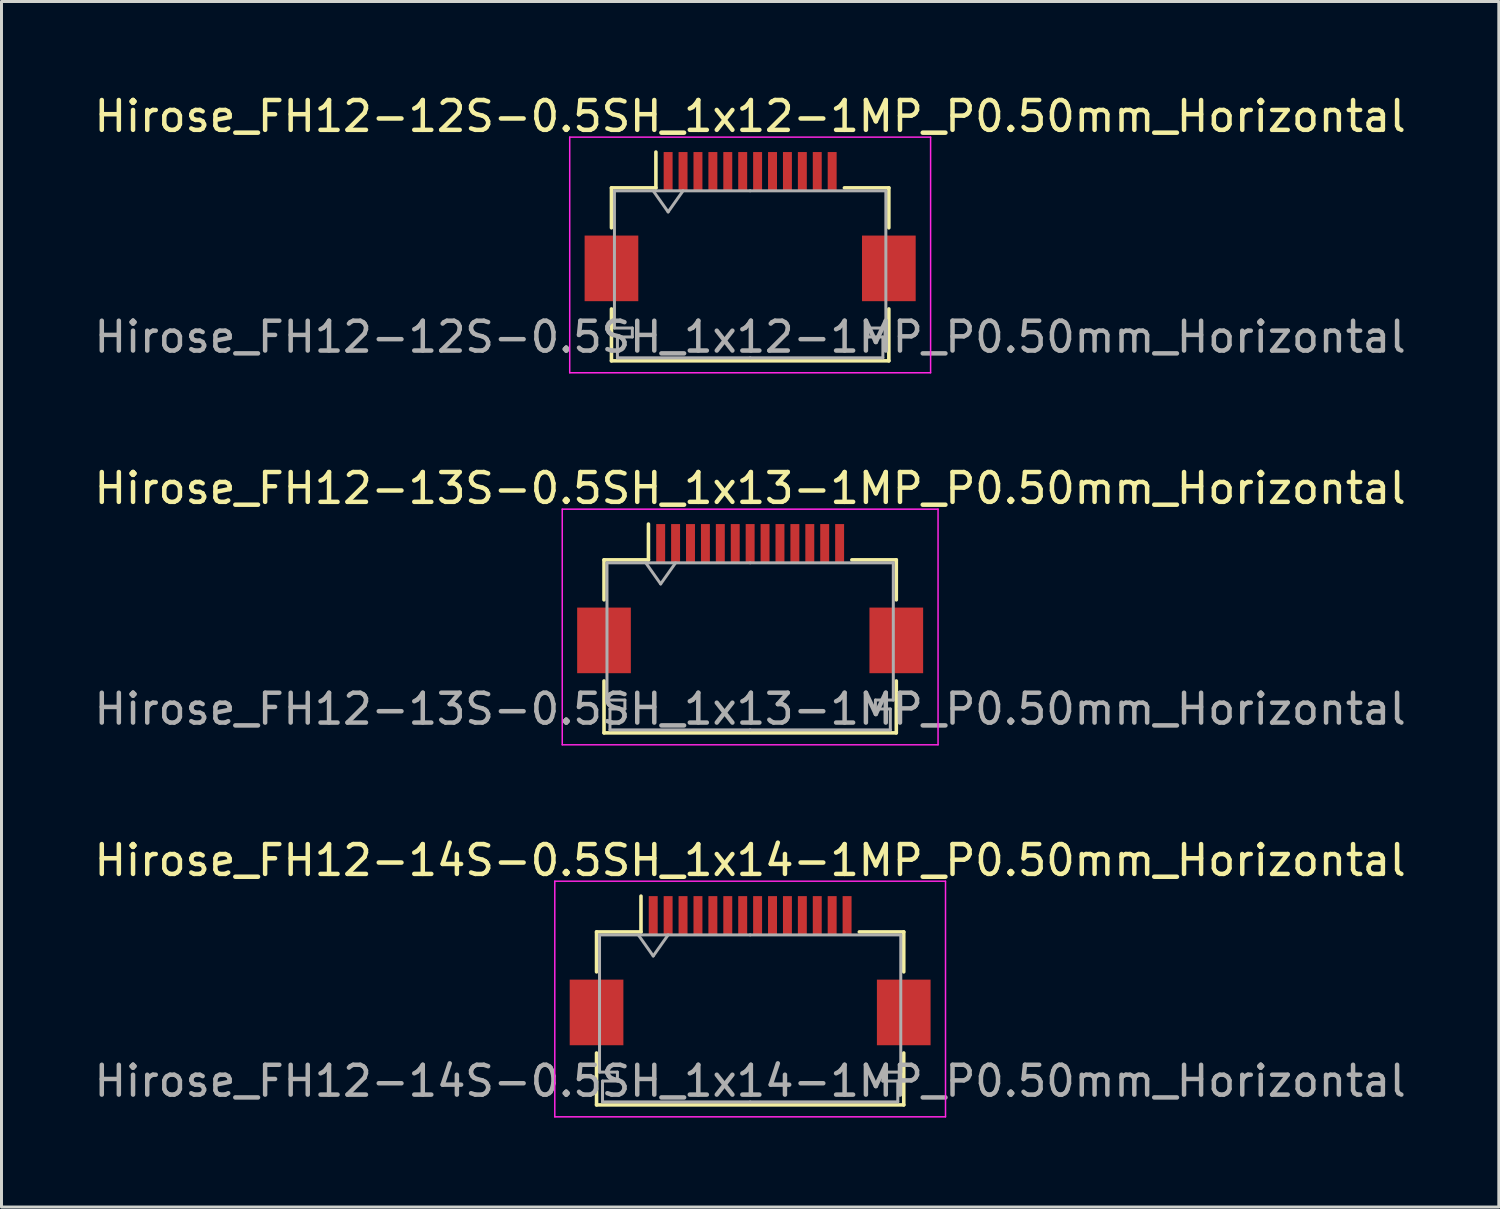
<source format=kicad_pcb>
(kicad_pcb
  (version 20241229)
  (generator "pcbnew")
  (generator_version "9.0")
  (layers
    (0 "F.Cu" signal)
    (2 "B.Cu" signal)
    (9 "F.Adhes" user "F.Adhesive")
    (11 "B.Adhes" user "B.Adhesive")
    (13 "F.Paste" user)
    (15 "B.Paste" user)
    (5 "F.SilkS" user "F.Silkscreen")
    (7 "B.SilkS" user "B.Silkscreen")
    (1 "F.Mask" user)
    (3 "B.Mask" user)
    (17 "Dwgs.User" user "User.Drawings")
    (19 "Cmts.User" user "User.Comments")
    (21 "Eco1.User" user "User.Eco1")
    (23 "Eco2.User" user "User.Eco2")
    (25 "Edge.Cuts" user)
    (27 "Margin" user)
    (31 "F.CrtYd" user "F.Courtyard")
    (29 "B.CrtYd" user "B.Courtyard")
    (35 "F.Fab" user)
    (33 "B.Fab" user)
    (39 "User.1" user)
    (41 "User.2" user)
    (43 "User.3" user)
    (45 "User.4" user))
  (footprint "Hirose_FH12-14S-0.5SH_1x14-1MP_P0.50mm_Horizontal"
    (layer "F.Cu")
    (at 22.101 29.495)
    (property "Reference" "Hirose_FH12-14S-0.5SH_1x14-1MP_P0.50mm_Horizontal" (at 0 -3.7 0) (layer "F.SilkS") (effects (font (size 1 1) (thickness 0.15))))
    (attr smd)
    (fp_line (start -5.15 -1.3) (end -5.15 0.04) (stroke (width 0.12) (type solid)) (layer "F.SilkS"))
    (fp_line (start -5.15 2.76) (end -5.15 4.5) (stroke (width 0.12) (type solid)) (layer "F.SilkS"))
    (fp_line (start -5.15 4.5) (end 5.15 4.5) (stroke (width 0.12) (type solid)) (layer "F.SilkS"))
    (fp_line (start -3.66 -1.3) (end -5.15 -1.3) (stroke (width 0.12) (type solid)) (layer "F.SilkS"))
    (fp_line (start -3.66 -1.3) (end -3.66 -2.5) (stroke (width 0.12) (type solid)) (layer "F.SilkS"))
    (fp_line (start 3.66 -1.3) (end 5.15 -1.3) (stroke (width 0.12) (type solid)) (layer "F.SilkS"))
    (fp_line (start 5.15 -1.3) (end 5.15 0.04) (stroke (width 0.12) (type solid)) (layer "F.SilkS"))
    (fp_line (start 5.15 4.5) (end 5.15 2.76) (stroke (width 0.12) (type solid)) (layer "F.SilkS"))
    (fp_line (start -6.55 -3) (end -6.55 4.9) (stroke (width 0.05) (type solid)) (layer "F.CrtYd"))
    (fp_line (start -6.55 4.9) (end 6.55 4.9) (stroke (width 0.05) (type solid)) (layer "F.CrtYd"))
    (fp_line (start 6.55 -3) (end -6.55 -3) (stroke (width 0.05) (type solid)) (layer "F.CrtYd"))
    (fp_line (start 6.55 4.9) (end 6.55 -3) (stroke (width 0.05) (type solid)) (layer "F.CrtYd"))
    (fp_line (start -5.05 -1.2) (end -5.05 3.4) (stroke (width 0.1) (type solid)) (layer "F.Fab"))
    (fp_line (start -5.05 3.4) (end -4.45 3.4) (stroke (width 0.1) (type solid)) (layer "F.Fab"))
    (fp_line (start -4.95 3.7) (end -4.95 4.4) (stroke (width 0.1) (type solid)) (layer "F.Fab"))
    (fp_line (start -4.95 4.4) (end 0 4.4) (stroke (width 0.1) (type solid)) (layer "F.Fab"))
    (fp_line (start -4.45 3.4) (end -4.45 3.7) (stroke (width 0.1) (type solid)) (layer "F.Fab"))
    (fp_line (start -4.45 3.7) (end -4.95 3.7) (stroke (width 0.1) (type solid)) (layer "F.Fab"))
    (fp_line (start -3.75 -1.2) (end -3.25 -0.493) (stroke (width 0.1) (type solid)) (layer "F.Fab"))
    (fp_line (start -3.25 -0.493) (end -2.75 -1.2) (stroke (width 0.1) (type solid)) (layer "F.Fab"))
    (fp_line (start 0 -1.2) (end -5.05 -1.2) (stroke (width 0.1) (type solid)) (layer "F.Fab"))
    (fp_line (start 0 -1.2) (end 5.05 -1.2) (stroke (width 0.1) (type solid)) (layer "F.Fab"))
    (fp_line (start 4.45 3.4) (end 4.45 3.7) (stroke (width 0.1) (type solid)) (layer "F.Fab"))
    (fp_line (start 4.45 3.7) (end 4.95 3.7) (stroke (width 0.1) (type solid)) (layer "F.Fab"))
    (fp_line (start 4.95 3.7) (end 4.95 4.4) (stroke (width 0.1) (type solid)) (layer "F.Fab"))
    (fp_line (start 4.95 4.4) (end 0 4.4) (stroke (width 0.1) (type solid)) (layer "F.Fab"))
    (fp_line (start 5.05 -1.2) (end 5.05 3.4) (stroke (width 0.1) (type solid)) (layer "F.Fab"))
    (fp_line (start 5.05 3.4) (end 4.45 3.4) (stroke (width 0.1) (type solid)) (layer "F.Fab"))
    (fp_text user "${REFERENCE}" (at 0 3.7 0) (layer "F.Fab") (effects (font (size 1 1) (thickness 0.15))))
    (pad "1" smd rect (at -3.25 -1.85) (size 0.3 1.3) (layers "F.Cu" "F.Mask" "F.Paste"))
    (pad "2" smd rect (at -2.75 -1.85) (size 0.3 1.3) (layers "F.Cu" "F.Mask" "F.Paste"))
    (pad "3" smd rect (at -2.25 -1.85) (size 0.3 1.3) (layers "F.Cu" "F.Mask" "F.Paste"))
    (pad "4" smd rect (at -1.75 -1.85) (size 0.3 1.3) (layers "F.Cu" "F.Mask" "F.Paste"))
    (pad "5" smd rect (at -1.25 -1.85) (size 0.3 1.3) (layers "F.Cu" "F.Mask" "F.Paste"))
    (pad "6" smd rect (at -0.75 -1.85) (size 0.3 1.3) (layers "F.Cu" "F.Mask" "F.Paste"))
    (pad "7" smd rect (at -0.25 -1.85) (size 0.3 1.3) (layers "F.Cu" "F.Mask" "F.Paste"))
    (pad "8" smd rect (at 0.25 -1.85) (size 0.3 1.3) (layers "F.Cu" "F.Mask" "F.Paste"))
    (pad "9" smd rect (at 0.75 -1.85) (size 0.3 1.3) (layers "F.Cu" "F.Mask" "F.Paste"))
    (pad "10" smd rect (at 1.25 -1.85) (size 0.3 1.3) (layers "F.Cu" "F.Mask" "F.Paste"))
    (pad "11" smd rect (at 1.75 -1.85) (size 0.3 1.3) (layers "F.Cu" "F.Mask" "F.Paste"))
    (pad "12" smd rect (at 2.25 -1.85) (size 0.3 1.3) (layers "F.Cu" "F.Mask" "F.Paste"))
    (pad "13" smd rect (at 2.75 -1.85) (size 0.3 1.3) (layers "F.Cu" "F.Mask" "F.Paste"))
    (pad "14" smd rect (at 3.25 -1.85) (size 0.3 1.3) (layers "F.Cu" "F.Mask" "F.Paste"))
    (pad "MP" smd rect (at -5.15 1.4) (size 1.8 2.2) (layers "F.Cu" "F.Mask" "F.Paste"))
    (pad "MP" smd rect (at 5.15 1.4) (size 1.8 2.2) (layers "F.Cu" "F.Mask" "F.Paste")))
  (footprint "Hirose_FH12-13S-0.5SH_1x13-1MP_P0.50mm_Horizontal"
    (layer "F.Cu")
    (at 22.101 17.021)
    (property "Reference" "Hirose_FH12-13S-0.5SH_1x13-1MP_P0.50mm_Horizontal" (at 0 -3.7 0) (layer "F.SilkS") (effects (font (size 1 1) (thickness 0.15))))
    (attr smd)
    (fp_line (start -4.9 -1.3) (end -4.9 0.04) (stroke (width 0.12) (type solid)) (layer "F.SilkS"))
    (fp_line (start -4.9 2.76) (end -4.9 4.5) (stroke (width 0.12) (type solid)) (layer "F.SilkS"))
    (fp_line (start -4.9 4.5) (end 4.9 4.5) (stroke (width 0.12) (type solid)) (layer "F.SilkS"))
    (fp_line (start -3.41 -1.3) (end -4.9 -1.3) (stroke (width 0.12) (type solid)) (layer "F.SilkS"))
    (fp_line (start -3.41 -1.3) (end -3.41 -2.5) (stroke (width 0.12) (type solid)) (layer "F.SilkS"))
    (fp_line (start 3.41 -1.3) (end 4.9 -1.3) (stroke (width 0.12) (type solid)) (layer "F.SilkS"))
    (fp_line (start 4.9 -1.3) (end 4.9 0.04) (stroke (width 0.12) (type solid)) (layer "F.SilkS"))
    (fp_line (start 4.9 4.5) (end 4.9 2.76) (stroke (width 0.12) (type solid)) (layer "F.SilkS"))
    (fp_line (start -6.3 -3) (end -6.3 4.9) (stroke (width 0.05) (type solid)) (layer "F.CrtYd"))
    (fp_line (start -6.3 4.9) (end 6.3 4.9) (stroke (width 0.05) (type solid)) (layer "F.CrtYd"))
    (fp_line (start 6.3 -3) (end -6.3 -3) (stroke (width 0.05) (type solid)) (layer "F.CrtYd"))
    (fp_line (start 6.3 4.9) (end 6.3 -3) (stroke (width 0.05) (type solid)) (layer "F.CrtYd"))
    (fp_line (start -4.8 -1.2) (end -4.8 3.4) (stroke (width 0.1) (type solid)) (layer "F.Fab"))
    (fp_line (start -4.8 3.4) (end -4.2 3.4) (stroke (width 0.1) (type solid)) (layer "F.Fab"))
    (fp_line (start -4.7 3.7) (end -4.7 4.4) (stroke (width 0.1) (type solid)) (layer "F.Fab"))
    (fp_line (start -4.7 4.4) (end 0 4.4) (stroke (width 0.1) (type solid)) (layer "F.Fab"))
    (fp_line (start -4.2 3.4) (end -4.2 3.7) (stroke (width 0.1) (type solid)) (layer "F.Fab"))
    (fp_line (start -4.2 3.7) (end -4.7 3.7) (stroke (width 0.1) (type solid)) (layer "F.Fab"))
    (fp_line (start -3.5 -1.2) (end -3 -0.493) (stroke (width 0.1) (type solid)) (layer "F.Fab"))
    (fp_line (start -3 -0.493) (end -2.5 -1.2) (stroke (width 0.1) (type solid)) (layer "F.Fab"))
    (fp_line (start 0 -1.2) (end -4.8 -1.2) (stroke (width 0.1) (type solid)) (layer "F.Fab"))
    (fp_line (start 0 -1.2) (end 4.8 -1.2) (stroke (width 0.1) (type solid)) (layer "F.Fab"))
    (fp_line (start 4.2 3.4) (end 4.2 3.7) (stroke (width 0.1) (type solid)) (layer "F.Fab"))
    (fp_line (start 4.2 3.7) (end 4.7 3.7) (stroke (width 0.1) (type solid)) (layer "F.Fab"))
    (fp_line (start 4.7 3.7) (end 4.7 4.4) (stroke (width 0.1) (type solid)) (layer "F.Fab"))
    (fp_line (start 4.7 4.4) (end 0 4.4) (stroke (width 0.1) (type solid)) (layer "F.Fab"))
    (fp_line (start 4.8 -1.2) (end 4.8 3.4) (stroke (width 0.1) (type solid)) (layer "F.Fab"))
    (fp_line (start 4.8 3.4) (end 4.2 3.4) (stroke (width 0.1) (type solid)) (layer "F.Fab"))
    (fp_text user "${REFERENCE}" (at 0 3.7 0) (layer "F.Fab") (effects (font (size 1 1) (thickness 0.15))))
    (pad "1" smd rect (at -3 -1.85) (size 0.3 1.3) (layers "F.Cu" "F.Mask" "F.Paste"))
    (pad "2" smd rect (at -2.5 -1.85) (size 0.3 1.3) (layers "F.Cu" "F.Mask" "F.Paste"))
    (pad "3" smd rect (at -2 -1.85) (size 0.3 1.3) (layers "F.Cu" "F.Mask" "F.Paste"))
    (pad "4" smd rect (at -1.5 -1.85) (size 0.3 1.3) (layers "F.Cu" "F.Mask" "F.Paste"))
    (pad "5" smd rect (at -1 -1.85) (size 0.3 1.3) (layers "F.Cu" "F.Mask" "F.Paste"))
    (pad "6" smd rect (at -0.5 -1.85) (size 0.3 1.3) (layers "F.Cu" "F.Mask" "F.Paste"))
    (pad "7" smd rect (at 0 -1.85) (size 0.3 1.3) (layers "F.Cu" "F.Mask" "F.Paste"))
    (pad "8" smd rect (at 0.5 -1.85) (size 0.3 1.3) (layers "F.Cu" "F.Mask" "F.Paste"))
    (pad "9" smd rect (at 1 -1.85) (size 0.3 1.3) (layers "F.Cu" "F.Mask" "F.Paste"))
    (pad "10" smd rect (at 1.5 -1.85) (size 0.3 1.3) (layers "F.Cu" "F.Mask" "F.Paste"))
    (pad "11" smd rect (at 2 -1.85) (size 0.3 1.3) (layers "F.Cu" "F.Mask" "F.Paste"))
    (pad "12" smd rect (at 2.5 -1.85) (size 0.3 1.3) (layers "F.Cu" "F.Mask" "F.Paste"))
    (pad "13" smd rect (at 3 -1.85) (size 0.3 1.3) (layers "F.Cu" "F.Mask" "F.Paste"))
    (pad "MP" smd rect (at -4.9 1.4) (size 1.8 2.2) (layers "F.Cu" "F.Mask" "F.Paste"))
    (pad "MP" smd rect (at 4.9 1.4) (size 1.8 2.2) (layers "F.Cu" "F.Mask" "F.Paste")))
  (footprint "Hirose_FH12-12S-0.5SH_1x12-1MP_P0.50mm_Horizontal"
    (layer "F.Cu")
    (at 22.101 4.548)
    (property "Reference" "Hirose_FH12-12S-0.5SH_1x12-1MP_P0.50mm_Horizontal" (at 0 -3.7 0) (layer "F.SilkS") (effects (font (size 1 1) (thickness 0.15))))
    (attr smd)
    (fp_line (start -4.65 -1.3) (end -4.65 0.04) (stroke (width 0.12) (type solid)) (layer "F.SilkS"))
    (fp_line (start -4.65 2.76) (end -4.65 4.5) (stroke (width 0.12) (type solid)) (layer "F.SilkS"))
    (fp_line (start -4.65 4.5) (end 4.65 4.5) (stroke (width 0.12) (type solid)) (layer "F.SilkS"))
    (fp_line (start -3.16 -1.3) (end -4.65 -1.3) (stroke (width 0.12) (type solid)) (layer "F.SilkS"))
    (fp_line (start -3.16 -1.3) (end -3.16 -2.5) (stroke (width 0.12) (type solid)) (layer "F.SilkS"))
    (fp_line (start 3.16 -1.3) (end 4.65 -1.3) (stroke (width 0.12) (type solid)) (layer "F.SilkS"))
    (fp_line (start 4.65 -1.3) (end 4.65 0.04) (stroke (width 0.12) (type solid)) (layer "F.SilkS"))
    (fp_line (start 4.65 4.5) (end 4.65 2.76) (stroke (width 0.12) (type solid)) (layer "F.SilkS"))
    (fp_line (start -6.05 -3) (end -6.05 4.9) (stroke (width 0.05) (type solid)) (layer "F.CrtYd"))
    (fp_line (start -6.05 4.9) (end 6.05 4.9) (stroke (width 0.05) (type solid)) (layer "F.CrtYd"))
    (fp_line (start 6.05 -3) (end -6.05 -3) (stroke (width 0.05) (type solid)) (layer "F.CrtYd"))
    (fp_line (start 6.05 4.9) (end 6.05 -3) (stroke (width 0.05) (type solid)) (layer "F.CrtYd"))
    (fp_line (start -4.55 -1.2) (end -4.55 3.4) (stroke (width 0.1) (type solid)) (layer "F.Fab"))
    (fp_line (start -4.55 3.4) (end -3.95 3.4) (stroke (width 0.1) (type solid)) (layer "F.Fab"))
    (fp_line (start -4.45 3.7) (end -4.45 4.4) (stroke (width 0.1) (type solid)) (layer "F.Fab"))
    (fp_line (start -4.45 4.4) (end 0 4.4) (stroke (width 0.1) (type solid)) (layer "F.Fab"))
    (fp_line (start -3.95 3.4) (end -3.95 3.7) (stroke (width 0.1) (type solid)) (layer "F.Fab"))
    (fp_line (start -3.95 3.7) (end -4.45 3.7) (stroke (width 0.1) (type solid)) (layer "F.Fab"))
    (fp_line (start -3.25 -1.2) (end -2.75 -0.493) (stroke (width 0.1) (type solid)) (layer "F.Fab"))
    (fp_line (start -2.75 -0.493) (end -2.25 -1.2) (stroke (width 0.1) (type solid)) (layer "F.Fab"))
    (fp_line (start 0 -1.2) (end -4.55 -1.2) (stroke (width 0.1) (type solid)) (layer "F.Fab"))
    (fp_line (start 0 -1.2) (end 4.55 -1.2) (stroke (width 0.1) (type solid)) (layer "F.Fab"))
    (fp_line (start 3.95 3.4) (end 3.95 3.7) (stroke (width 0.1) (type solid)) (layer "F.Fab"))
    (fp_line (start 3.95 3.7) (end 4.45 3.7) (stroke (width 0.1) (type solid)) (layer "F.Fab"))
    (fp_line (start 4.45 3.7) (end 4.45 4.4) (stroke (width 0.1) (type solid)) (layer "F.Fab"))
    (fp_line (start 4.45 4.4) (end 0 4.4) (stroke (width 0.1) (type solid)) (layer "F.Fab"))
    (fp_line (start 4.55 -1.2) (end 4.55 3.4) (stroke (width 0.1) (type solid)) (layer "F.Fab"))
    (fp_line (start 4.55 3.4) (end 3.95 3.4) (stroke (width 0.1) (type solid)) (layer "F.Fab"))
    (fp_text user "${REFERENCE}" (at 0 3.7 0) (layer "F.Fab") (effects (font (size 1 1) (thickness 0.15))))
    (pad "1" smd rect (at -2.75 -1.85) (size 0.3 1.3) (layers "F.Cu" "F.Mask" "F.Paste"))
    (pad "2" smd rect (at -2.25 -1.85) (size 0.3 1.3) (layers "F.Cu" "F.Mask" "F.Paste"))
    (pad "3" smd rect (at -1.75 -1.85) (size 0.3 1.3) (layers "F.Cu" "F.Mask" "F.Paste"))
    (pad "4" smd rect (at -1.25 -1.85) (size 0.3 1.3) (layers "F.Cu" "F.Mask" "F.Paste"))
    (pad "5" smd rect (at -0.75 -1.85) (size 0.3 1.3) (layers "F.Cu" "F.Mask" "F.Paste"))
    (pad "6" smd rect (at -0.25 -1.85) (size 0.3 1.3) (layers "F.Cu" "F.Mask" "F.Paste"))
    (pad "7" smd rect (at 0.25 -1.85) (size 0.3 1.3) (layers "F.Cu" "F.Mask" "F.Paste"))
    (pad "8" smd rect (at 0.75 -1.85) (size 0.3 1.3) (layers "F.Cu" "F.Mask" "F.Paste"))
    (pad "9" smd rect (at 1.25 -1.85) (size 0.3 1.3) (layers "F.Cu" "F.Mask" "F.Paste"))
    (pad "10" smd rect (at 1.75 -1.85) (size 0.3 1.3) (layers "F.Cu" "F.Mask" "F.Paste"))
    (pad "11" smd rect (at 2.25 -1.85) (size 0.3 1.3) (layers "F.Cu" "F.Mask" "F.Paste"))
    (pad "12" smd rect (at 2.75 -1.85) (size 0.3 1.3) (layers "F.Cu" "F.Mask" "F.Paste"))
    (pad "MP" smd rect (at -4.65 1.4) (size 1.8 2.2) (layers "F.Cu" "F.Mask" "F.Paste"))
    (pad "MP" smd rect (at 4.65 1.4) (size 1.8 2.2) (layers "F.Cu" "F.Mask" "F.Paste")))
  (gr_rect
    (start -3 -3)
    (end 47.202 37.42)
    (stroke (width 0.1) (type default))
    (fill no)
    (layer "Edge.Cuts")))
</source>
